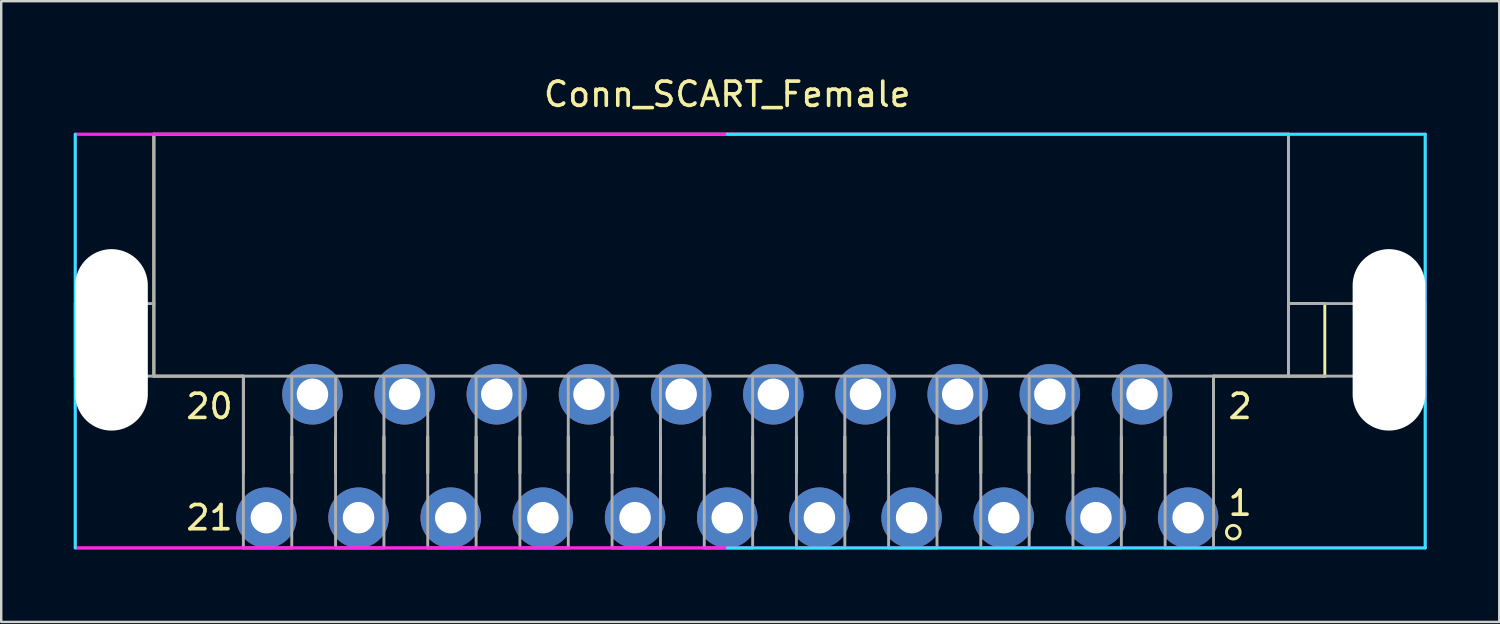
<source format=kicad_pcb>
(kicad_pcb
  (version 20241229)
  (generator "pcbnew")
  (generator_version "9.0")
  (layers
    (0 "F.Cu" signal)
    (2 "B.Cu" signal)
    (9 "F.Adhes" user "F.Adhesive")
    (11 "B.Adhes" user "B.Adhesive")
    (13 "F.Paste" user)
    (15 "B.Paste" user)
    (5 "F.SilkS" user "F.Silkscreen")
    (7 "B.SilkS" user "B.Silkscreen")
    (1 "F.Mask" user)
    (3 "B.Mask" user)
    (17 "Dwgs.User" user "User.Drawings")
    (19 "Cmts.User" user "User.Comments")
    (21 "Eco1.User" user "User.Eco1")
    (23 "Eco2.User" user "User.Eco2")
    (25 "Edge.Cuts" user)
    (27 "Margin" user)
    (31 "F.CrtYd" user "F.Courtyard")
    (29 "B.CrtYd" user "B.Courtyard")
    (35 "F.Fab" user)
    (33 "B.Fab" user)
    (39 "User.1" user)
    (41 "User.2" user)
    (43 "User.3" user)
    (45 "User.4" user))
  (footprint "Conn_SCART_Female"
    (layer "F.Cu")
    (at 27.01 8.348)
    (property "Reference" "Conn_SCART_Female" (at 0 -7.5 0) (layer "F.SilkS") (effects (font (size 1 1) (thickness 0.15))))
    (attr through_hole)
    (fp_line (start -23.7 -5.85) (end -23.7 4.15) (stroke (width 0.12) (type solid)) (layer "F.SilkS"))
    (fp_line (start -23.7 -5.85) (end 23.2 -5.85) (stroke (width 0.12) (type solid)) (layer "F.SilkS"))
    (fp_line (start -23.7 4.15) (end -20 4.15) (stroke (width 0.12) (type solid)) (layer "F.SilkS"))
    (fp_line (start -20 4.15) (end -20 8.15) (stroke (width 0.12) (type solid)) (layer "F.SilkS"))
    (fp_line (start -18 8.15) (end -18 6.65) (stroke (width 0.12) (type solid)) (layer "F.SilkS"))
    (fp_line (start -16.19 8.15) (end -16.19 6.65) (stroke (width 0.12) (type solid)) (layer "F.SilkS"))
    (fp_line (start -14.19 8.15) (end -14.19 6.65) (stroke (width 0.12) (type solid)) (layer "F.SilkS"))
    (fp_line (start -12.38 8.15) (end -12.38 6.65) (stroke (width 0.12) (type solid)) (layer "F.SilkS"))
    (fp_line (start -10.38 8.15) (end -10.38 6.65) (stroke (width 0.12) (type solid)) (layer "F.SilkS"))
    (fp_line (start -8.57 8.15) (end -8.57 6.65) (stroke (width 0.12) (type solid)) (layer "F.SilkS"))
    (fp_line (start -6.57 8.15) (end -6.57 6.65) (stroke (width 0.12) (type solid)) (layer "F.SilkS"))
    (fp_line (start -4.76 8.15) (end -4.76 6.65) (stroke (width 0.12) (type solid)) (layer "F.SilkS"))
    (fp_line (start -2.76 8.15) (end -2.76 6.65) (stroke (width 0.12) (type solid)) (layer "F.SilkS"))
    (fp_line (start -0.95 8.15) (end -0.95 6.65) (stroke (width 0.12) (type solid)) (layer "F.SilkS"))
    (fp_line (start 1.05 8.15) (end 1.05 6.65) (stroke (width 0.12) (type solid)) (layer "F.SilkS"))
    (fp_line (start 2.86 8.15) (end 2.86 6.65) (stroke (width 0.12) (type solid)) (layer "F.SilkS"))
    (fp_line (start 4.86 8.15) (end 4.86 6.65) (stroke (width 0.12) (type solid)) (layer "F.SilkS"))
    (fp_line (start 6.67 8.15) (end 6.67 6.65) (stroke (width 0.12) (type solid)) (layer "F.SilkS"))
    (fp_line (start 8.67 8.15) (end 8.67 6.65) (stroke (width 0.12) (type solid)) (layer "F.SilkS"))
    (fp_line (start 10.48 8.15) (end 10.48 6.65) (stroke (width 0.12) (type solid)) (layer "F.SilkS"))
    (fp_line (start 12.48 8.15) (end 12.48 6.65) (stroke (width 0.12) (type solid)) (layer "F.SilkS"))
    (fp_line (start 14.29 8.15) (end 14.29 6.65) (stroke (width 0.12) (type solid)) (layer "F.SilkS"))
    (fp_line (start 16.29 8.15) (end 16.29 6.65) (stroke (width 0.12) (type solid)) (layer "F.SilkS"))
    (fp_line (start 18.1 8.15) (end 18.1 6.65) (stroke (width 0.12) (type solid)) (layer "F.SilkS"))
    (fp_line (start 20.1 4.15) (end 20.1 8.15) (stroke (width 0.12) (type solid)) (layer "F.SilkS"))
    (fp_line (start 23.2 -5.85) (end 23.2 4.15) (stroke (width 0.12) (type solid)) (layer "F.SilkS"))
    (fp_line (start 23.2 1.15) (end 24.7 1.15) (stroke (width 0.12) (type solid)) (layer "F.SilkS"))
    (fp_line (start 23.2 4.15) (end 20.1 4.15) (stroke (width 0.12) (type solid)) (layer "F.SilkS"))
    (fp_line (start 24.7 1.15) (end 24.7 4.15) (stroke (width 0.12) (type solid)) (layer "F.SilkS"))
    (fp_line (start 24.7 4.15) (end 23.2 4.15) (stroke (width 0.12) (type solid)) (layer "F.SilkS"))
    (fp_circle (center 20.917 10.6) (end 21.117 10.4) (stroke (width 0.12) (type solid)) (fill no) (layer "F.SilkS"))
    (fp_line (start -26.95 -5.85) (end -26.95 11.25) (stroke (width 0.12) (type solid)) (layer "B.CrtYd"))
    (fp_line (start 0 -5.85) (end 28.85 -5.85) (stroke (width 0.12) (type solid)) (layer "B.CrtYd"))
    (fp_line (start 0 11.25) (end 28.85 11.25) (stroke (width 0.12) (type solid)) (layer "B.CrtYd"))
    (fp_line (start 28.85 11.25) (end 28.85 -5.85) (stroke (width 0.12) (type solid)) (layer "B.CrtYd"))
    (fp_line (start -26.95 -5.85) (end -26.95 11.25) (stroke (width 0.12) (type solid)) (layer "F.CrtYd"))
    (fp_line (start 0 -5.85) (end -26.95 -5.85) (stroke (width 0.12) (type solid)) (layer "F.CrtYd"))
    (fp_line (start 0 -5.85) (end -26.95 -5.85) (stroke (width 0.12) (type solid)) (layer "F.CrtYd"))
    (fp_line (start 0 -5.85) (end 28.85 -5.85) (stroke (width 0.12) (type solid)) (layer "F.CrtYd"))
    (fp_line (start 0 11.25) (end -26.95 11.25) (stroke (width 0.12) (type solid)) (layer "F.CrtYd"))
    (fp_line (start 0 11.25) (end -26.95 11.25) (stroke (width 0.12) (type solid)) (layer "F.CrtYd"))
    (fp_line (start 0 11.25) (end 28.85 11.25) (stroke (width 0.12) (type solid)) (layer "F.CrtYd"))
    (fp_line (start 28.85 11.25) (end 28.85 -5.85) (stroke (width 0.12) (type solid)) (layer "F.CrtYd"))
    (fp_line (start -26.95 1.15) (end -26.95 4.15) (stroke (width 0.12) (type solid)) (layer "F.Fab"))
    (fp_line (start -23.7 1.15) (end -26.95 1.15) (stroke (width 0.12) (type solid)) (layer "F.Fab"))
    (fp_line (start -23.7 4.15) (end -26.95 4.15) (stroke (width 0.12) (type solid)) (layer "F.Fab"))
    (fp_line (start -23.7 4.15) (end -23.7 -5.85) (stroke (width 0.12) (type solid)) (layer "F.Fab"))
    (fp_line (start -20 4.15) (end -20 11.25) (stroke (width 0.12) (type solid)) (layer "F.Fab"))
    (fp_line (start -20 11.25) (end -18 11.25) (stroke (width 0.12) (type solid)) (layer "F.Fab"))
    (fp_line (start -18 4.15) (end -18 11.25) (stroke (width 0.12) (type solid)) (layer "F.Fab"))
    (fp_line (start -16.19 4.15) (end -16.19 11.25) (stroke (width 0.12) (type solid)) (layer "F.Fab"))
    (fp_line (start -16.19 11.25) (end -14.19 11.25) (stroke (width 0.12) (type solid)) (layer "F.Fab"))
    (fp_line (start -14.19 4.15) (end -14.19 11.25) (stroke (width 0.12) (type solid)) (layer "F.Fab"))
    (fp_line (start -12.38 4.15) (end -12.38 11.25) (stroke (width 0.12) (type solid)) (layer "F.Fab"))
    (fp_line (start -12.38 11.25) (end -10.38 11.25) (stroke (width 0.12) (type solid)) (layer "F.Fab"))
    (fp_line (start -10.38 4.15) (end -10.38 11.25) (stroke (width 0.12) (type solid)) (layer "F.Fab"))
    (fp_line (start -8.57 4.15) (end -8.57 11.25) (stroke (width 0.12) (type solid)) (layer "F.Fab"))
    (fp_line (start -8.57 11.25) (end -6.57 11.25) (stroke (width 0.12) (type solid)) (layer "F.Fab"))
    (fp_line (start -6.57 4.15) (end -6.57 11.25) (stroke (width 0.12) (type solid)) (layer "F.Fab"))
    (fp_line (start -4.76 4.15) (end -4.76 11.25) (stroke (width 0.12) (type solid)) (layer "F.Fab"))
    (fp_line (start -4.76 11.25) (end -2.76 11.25) (stroke (width 0.12) (type solid)) (layer "F.Fab"))
    (fp_line (start -2.76 4.15) (end -2.76 11.25) (stroke (width 0.12) (type solid)) (layer "F.Fab"))
    (fp_line (start -0.95 4.15) (end -0.95 11.25) (stroke (width 0.12) (type solid)) (layer "F.Fab"))
    (fp_line (start -0.95 11.25) (end 1.05 11.25) (stroke (width 0.12) (type solid)) (layer "F.Fab"))
    (fp_line (start 0 -5.85) (end -23.7 -5.85) (stroke (width 0.12) (type solid)) (layer "F.Fab"))
    (fp_line (start 0 -5.85) (end 23.2 -5.85) (stroke (width 0.12) (type solid)) (layer "F.Fab"))
    (fp_line (start 1.05 4.15) (end 1.05 11.25) (stroke (width 0.12) (type solid)) (layer "F.Fab"))
    (fp_line (start 2.86 4.15) (end 2.86 11.25) (stroke (width 0.12) (type solid)) (layer "F.Fab"))
    (fp_line (start 2.86 11.25) (end 4.86 11.25) (stroke (width 0.12) (type solid)) (layer "F.Fab"))
    (fp_line (start 4.86 4.15) (end 4.86 11.25) (stroke (width 0.12) (type solid)) (layer "F.Fab"))
    (fp_line (start 6.67 4.15) (end 6.67 11.25) (stroke (width 0.12) (type solid)) (layer "F.Fab"))
    (fp_line (start 6.67 11.25) (end 8.67 11.25) (stroke (width 0.12) (type solid)) (layer "F.Fab"))
    (fp_line (start 8.67 4.15) (end 8.67 11.25) (stroke (width 0.12) (type solid)) (layer "F.Fab"))
    (fp_line (start 10.48 4.15) (end 10.48 11.25) (stroke (width 0.12) (type solid)) (layer "F.Fab"))
    (fp_line (start 10.48 11.25) (end 12.48 11.25) (stroke (width 0.12) (type solid)) (layer "F.Fab"))
    (fp_line (start 12.48 4.15) (end 12.48 11.25) (stroke (width 0.12) (type solid)) (layer "F.Fab"))
    (fp_line (start 14.29 4.15) (end 14.29 11.25) (stroke (width 0.12) (type solid)) (layer "F.Fab"))
    (fp_line (start 14.29 11.25) (end 16.29 11.25) (stroke (width 0.12) (type solid)) (layer "F.Fab"))
    (fp_line (start 16.29 4.15) (end 16.29 11.25) (stroke (width 0.12) (type solid)) (layer "F.Fab"))
    (fp_line (start 18.1 4.15) (end 18.1 11.25) (stroke (width 0.12) (type solid)) (layer "F.Fab"))
    (fp_line (start 18.1 11.25) (end 20.1 11.25) (stroke (width 0.12) (type solid)) (layer "F.Fab"))
    (fp_line (start 20.1 4.15) (end 20.1 11.25) (stroke (width 0.12) (type solid)) (layer "F.Fab"))
    (fp_line (start 23.2 -5.85) (end 23.2 4.15) (stroke (width 0.12) (type solid)) (layer "F.Fab"))
    (fp_line (start 23.2 1.15) (end 28.85 1.15) (stroke (width 0.12) (type solid)) (layer "F.Fab"))
    (fp_line (start 23.2 4.15) (end -23.7 4.15) (stroke (width 0.12) (type solid)) (layer "F.Fab"))
    (fp_line (start 23.2 4.15) (end 28.85 4.15) (stroke (width 0.12) (type solid)) (layer "F.Fab"))
    (fp_line (start 28.85 1.15) (end 28.85 4.15) (stroke (width 0.12) (type solid)) (layer "F.Fab"))
    (fp_text user "21" (at -21.4 10 0) (layer "F.SilkS") (effects (font (size 1 1) (thickness 0.15))))
    (fp_text user "2" (at 21.2 5.4 0) (layer "F.SilkS") (effects (font (size 1 1) (thickness 0.15))))
    (fp_text user "20" (at -21.4 5.4 0) (layer "F.SilkS") (effects (font (size 1 1) (thickness 0.15))))
    (fp_text user "1" (at 21.2 9.4 0) (layer "F.SilkS") (effects (font (size 1 1) (thickness 0.15))))
    (pad "" np_thru_hole oval (at -25.45 2.65) (size 3 7.5) (drill oval 3 7.5) (layers "*.Cu" "*.Mask"))
    (pad "" np_thru_hole oval (at 27.35 2.65) (size 3 7.5) (drill oval 3 7.5) (layers "*.Cu" "*.Mask"))
    (pad "1" thru_hole circle (at 19.05 10) (size 2.5 2.5) (drill 1.3) (layers "*.Cu" "*.Mask"))
    (pad "2" thru_hole circle (at 17.145 4.9) (size 2.5 2.5) (drill 1.3) (layers "*.Cu" "*.Mask"))
    (pad "3" thru_hole circle (at 15.24 10) (size 2.5 2.5) (drill 1.3) (layers "*.Cu" "*.Mask"))
    (pad "4" thru_hole circle (at 13.335 4.9) (size 2.5 2.5) (drill 1.3) (layers "*.Cu" "*.Mask"))
    (pad "5" thru_hole circle (at 11.43 10) (size 2.5 2.5) (drill 1.3) (layers "*.Cu" "*.Mask"))
    (pad "6" thru_hole circle (at 9.525 4.9) (size 2.5 2.5) (drill 1.3) (layers "*.Cu" "*.Mask"))
    (pad "7" thru_hole circle (at 7.62 10) (size 2.5 2.5) (drill 1.3) (layers "*.Cu" "*.Mask"))
    (pad "8" thru_hole circle (at 5.715 4.9) (size 2.5 2.5) (drill 1.3) (layers "*.Cu" "*.Mask"))
    (pad "9" thru_hole circle (at 3.81 10) (size 2.5 2.5) (drill 1.3) (layers "*.Cu" "*.Mask"))
    (pad "10" thru_hole circle (at 1.905 4.9) (size 2.5 2.5) (drill 1.3) (layers "*.Cu" "*.Mask"))
    (pad "11" thru_hole circle (at 0 10) (size 2.5 2.5) (drill 1.3) (layers "*.Cu" "*.Mask"))
    (pad "12" thru_hole circle (at -1.905 4.9) (size 2.5 2.5) (drill 1.3) (layers "*.Cu" "*.Mask"))
    (pad "13" thru_hole circle (at -3.81 10) (size 2.5 2.5) (drill 1.3) (layers "*.Cu" "*.Mask"))
    (pad "14" thru_hole circle (at -5.715 4.9) (size 2.5 2.5) (drill 1.3) (layers "*.Cu" "*.Mask"))
    (pad "15" thru_hole circle (at -7.62 10) (size 2.5 2.5) (drill 1.3) (layers "*.Cu" "*.Mask"))
    (pad "16" thru_hole circle (at -9.525 4.9) (size 2.5 2.5) (drill 1.3) (layers "*.Cu" "*.Mask"))
    (pad "17" thru_hole circle (at -11.43 10) (size 2.5 2.5) (drill 1.3) (layers "*.Cu" "*.Mask"))
    (pad "18" thru_hole circle (at -13.335 4.9) (size 2.5 2.5) (drill 1.3) (layers "*.Cu" "*.Mask"))
    (pad "19" thru_hole circle (at -15.24 10) (size 2.5 2.5) (drill 1.3) (layers "*.Cu" "*.Mask"))
    (pad "20" thru_hole circle (at -17.145 4.9) (size 2.5 2.5) (drill 1.3) (layers "*.Cu" "*.Mask"))
    (pad "21" thru_hole circle (at -19.05 10) (size 2.5 2.5) (drill 1.3) (layers "*.Cu" "*.Mask")))
  (gr_rect
    (start -3 -3)
    (end 58.92 22.658)
    (stroke (width 0.1) (type default))
    (fill no)
    (layer "Edge.Cuts")))
</source>
